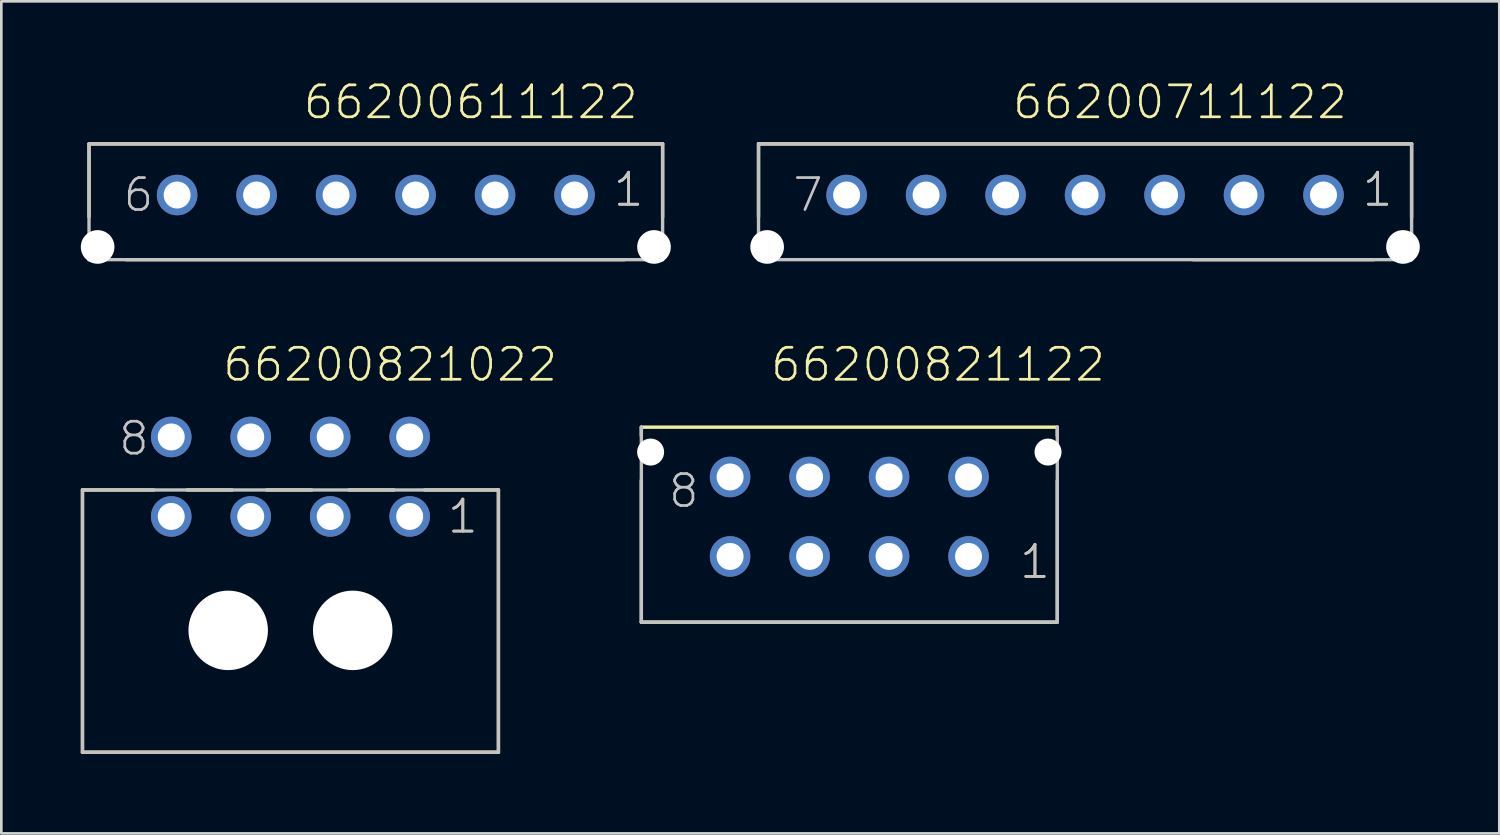
<source format=kicad_pcb>
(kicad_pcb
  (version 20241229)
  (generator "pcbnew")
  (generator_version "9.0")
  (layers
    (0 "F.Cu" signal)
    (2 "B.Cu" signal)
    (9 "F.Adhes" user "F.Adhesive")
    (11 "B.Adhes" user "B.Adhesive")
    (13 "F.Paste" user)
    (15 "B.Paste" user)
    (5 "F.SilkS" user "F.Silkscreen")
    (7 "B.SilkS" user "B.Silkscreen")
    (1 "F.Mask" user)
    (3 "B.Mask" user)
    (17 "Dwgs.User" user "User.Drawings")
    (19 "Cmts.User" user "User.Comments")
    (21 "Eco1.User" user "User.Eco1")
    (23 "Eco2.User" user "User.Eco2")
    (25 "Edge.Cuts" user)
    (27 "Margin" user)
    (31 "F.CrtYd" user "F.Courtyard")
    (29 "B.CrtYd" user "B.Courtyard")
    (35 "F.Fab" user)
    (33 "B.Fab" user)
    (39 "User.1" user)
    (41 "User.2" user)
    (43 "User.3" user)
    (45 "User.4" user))
  (footprint "66200711122"
    (layer "F.Cu")
    (at 37.905 4.311)
    (property "Reference" "66200711122" (at -2.8 -2.8 0) (layer "F.SilkS") (effects (font (size 1.206 1.206) (thickness 0.102)) (justify left bottom)))
    (attr through_hole)
    (fp_line (start -12.325 -1.93) (end 12.325 -1.93) (stroke (width 0.127) (type solid)) (layer "F.SilkS"))
    (fp_line (start -12.325 0.825) (end -12.325 -1.93) (stroke (width 0.127) (type solid)) (layer "F.SilkS"))
    (fp_line (start 4.08 2.44) (end 10.89 2.44) (stroke (width 0.127) (type solid)) (layer "F.SilkS"))
    (fp_line (start 12.325 -1.93) (end 12.325 0.845) (stroke (width 0.127) (type solid)) (layer "F.SilkS"))
    (fp_line (start -12.325 -1.93) (end 12.325 -1.93) (stroke (width 0.127) (type solid)) (layer "Dwgs.User"))
    (fp_line (start -12.325 2.44) (end -12.325 -1.93) (stroke (width 0.127) (type solid)) (layer "Dwgs.User"))
    (fp_line (start 12.325 -1.93) (end 12.325 2.44) (stroke (width 0.127) (type solid)) (layer "Dwgs.User"))
    (fp_line (start 12.325 2.44) (end -12.325 2.44) (stroke (width 0.127) (type solid)) (layer "Dwgs.User"))
    (fp_text user "1" (at 10.4 0.5 0) (layer "F.SilkS") (effects (font (size 1.206 1.206) (thickness 0.102)) (justify left bottom)))
    (fp_text user "7" (at -11.1 0.7 0) (layer "Dwgs.User") (effects (font (size 1.206 1.206) (thickness 0.102)) (justify left bottom)))
    (fp_text user "1" (at 10.4 0.5 0) (layer "Dwgs.User") (effects (font (size 1.206 1.206) (thickness 0.102)) (justify left bottom)))
    (pad "" np_thru_hole circle (at -12 1.96) (size 1.27 1.27) (drill 1.27) (layers "*.Cu"))
    (pad "" np_thru_hole circle (at 12 1.96) (size 1.27 1.27) (drill 1.27) (layers "*.Cu"))
    (pad "1" thru_hole circle (at 9 0) (size 1.53 1.53) (drill 1.02) (layers "*.Cu" "*.Mask"))
    (pad "2" thru_hole circle (at 6 0) (size 1.53 1.53) (drill 1.02) (layers "*.Cu" "*.Mask"))
    (pad "3" thru_hole circle (at 3 0) (size 1.53 1.53) (drill 1.02) (layers "*.Cu" "*.Mask"))
    (pad "4" thru_hole circle (at 0 0) (size 1.53 1.53) (drill 1.02) (layers "*.Cu" "*.Mask"))
    (pad "5" thru_hole circle (at -3 0) (size 1.53 1.53) (drill 1.02) (layers "*.Cu" "*.Mask"))
    (pad "6" thru_hole circle (at -6 0) (size 1.53 1.53) (drill 1.02) (layers "*.Cu" "*.Mask"))
    (pad "7" thru_hole circle (at -9 0) (size 1.53 1.53) (drill 1.02) (layers "*.Cu" "*.Mask")))
  (footprint "66200821022"
    (layer "F.Cu")
    (at 7.913 20.743)
    (property "Reference" "66200821022" (at -2.62 -9.325 0) (layer "F.SilkS") (effects (font (size 1.206 1.206) (thickness 0.102)) (justify left bottom)))
    (attr through_hole)
    (fp_line (start -7.85 4.6) (end -7.85 -5.3) (stroke (width 0.127) (type solid)) (layer "F.SilkS"))
    (fp_line (start -5.16 -5.3) (end -7.85 -5.3) (stroke (width 0.127) (type solid)) (layer "F.SilkS"))
    (fp_line (start -3.9 -5.3) (end -2.2 -5.3) (stroke (width 0.127) (type solid)) (layer "F.SilkS"))
    (fp_line (start -0.9 -5.3) (end 0.8 -5.3) (stroke (width 0.127) (type solid)) (layer "F.SilkS"))
    (fp_line (start 2.2 -5.3) (end 3.9 -5.3) (stroke (width 0.127) (type solid)) (layer "F.SilkS"))
    (fp_line (start 5.06 -5.3) (end 7.85 -5.3) (stroke (width 0.127) (type solid)) (layer "F.SilkS"))
    (fp_line (start 7.85 -5.3) (end 7.85 4.6) (stroke (width 0.127) (type solid)) (layer "F.SilkS"))
    (fp_line (start 7.85 4.6) (end -7.85 4.6) (stroke (width 0.127) (type solid)) (layer "F.SilkS"))
    (fp_line (start -7.85 -5.3) (end 7.85 -5.3) (stroke (width 0.127) (type solid)) (layer "Dwgs.User"))
    (fp_line (start -7.85 4.6) (end -7.85 -5.3) (stroke (width 0.127) (type solid)) (layer "Dwgs.User"))
    (fp_line (start 7.85 -5.3) (end 7.85 4.6) (stroke (width 0.127) (type solid)) (layer "Dwgs.User"))
    (fp_line (start 7.85 4.6) (end -7.85 4.6) (stroke (width 0.127) (type solid)) (layer "Dwgs.User"))
    (fp_text user "1" (at 5.865 -3.595 0) (layer "F.SilkS") (effects (font (size 1.206 1.206) (thickness 0.102)) (justify left bottom)))
    (fp_text user "8" (at -6.55 -6.535 0) (layer "Dwgs.User") (effects (font (size 1.206 1.206) (thickness 0.102)) (justify left bottom)))
    (fp_text user "1" (at 5.865 -3.595 0) (layer "Dwgs.User") (effects (font (size 1.206 1.206) (thickness 0.102)) (justify left bottom)))
    (pad "" np_thru_hole circle (at -2.35 0) (size 3 3) (drill 3) (layers "*.Cu"))
    (pad "" np_thru_hole circle (at 2.35 0) (size 3 3) (drill 3) (layers "*.Cu"))
    (pad "1" thru_hole circle (at 4.5 -4.3) (size 1.53 1.53) (drill 1.02) (layers "*.Cu" "*.Mask"))
    (pad "2" thru_hole circle (at 1.5 -4.3) (size 1.53 1.53) (drill 1.02) (layers "*.Cu" "*.Mask"))
    (pad "3" thru_hole circle (at -1.5 -4.3) (size 1.53 1.53) (drill 1.02) (layers "*.Cu" "*.Mask"))
    (pad "4" thru_hole circle (at -4.5 -4.3) (size 1.53 1.53) (drill 1.02) (layers "*.Cu" "*.Mask"))
    (pad "5" thru_hole circle (at 4.5 -7.3) (size 1.53 1.53) (drill 1.02) (layers "*.Cu" "*.Mask"))
    (pad "6" thru_hole circle (at 1.5 -7.3) (size 1.53 1.53) (drill 1.02) (layers "*.Cu" "*.Mask"))
    (pad "7" thru_hole circle (at -1.5 -7.3) (size 1.53 1.53) (drill 1.02) (layers "*.Cu" "*.Mask"))
    (pad "8" thru_hole circle (at -4.5 -7.3) (size 1.53 1.53) (drill 1.02) (layers "*.Cu" "*.Mask")))
  (footprint "66200821122"
    (layer "F.Cu")
    (at 29.007 16.453)
    (property "Reference" "66200821122" (at -3.035 -5.035 0) (layer "F.SilkS") (effects (font (size 1.206 1.206) (thickness 0.102)) (justify left bottom)))
    (attr through_hole)
    (fp_line (start -7.85 -3.05) (end -7.85 -3.38) (stroke (width 0.127) (type solid)) (layer "F.SilkS"))
    (fp_line (start -7.85 -1.37) (end -7.85 3.98) (stroke (width 0.127) (type solid)) (layer "F.SilkS"))
    (fp_line (start -7.85 3.98) (end 7.85 3.98) (stroke (width 0.127) (type solid)) (layer "F.SilkS"))
    (fp_line (start 7.85 -3.38) (end -7.85 -3.38) (stroke (width 0.127) (type solid)) (layer "F.SilkS"))
    (fp_line (start 7.85 -3.05) (end 7.85 -3.38) (stroke (width 0.127) (type solid)) (layer "F.SilkS"))
    (fp_line (start 7.85 -1.36) (end 7.85 3.94) (stroke (width 0.127) (type solid)) (layer "F.SilkS"))
    (fp_line (start -7.85 -3.38) (end -7.85 3.98) (stroke (width 0.127) (type solid)) (layer "Dwgs.User"))
    (fp_line (start -7.85 3.98) (end 7.85 3.98) (stroke (width 0.127) (type solid)) (layer "Dwgs.User"))
    (fp_line (start 7.85 3.98) (end 7.85 -3.38) (stroke (width 0.127) (type solid)) (layer "Dwgs.User"))
    (fp_text user "1" (at 6.365 2.405 0) (layer "F.SilkS") (effects (font (size 1.206 1.206) (thickness 0.102)) (justify left bottom)))
    (fp_text user "8" (at -6.89 -0.27 0) (layer "Dwgs.User") (effects (font (size 1.206 1.206) (thickness 0.102)) (justify left bottom)))
    (fp_text user "1" (at 6.365 2.405 0) (layer "Dwgs.User") (effects (font (size 1.206 1.206) (thickness 0.102)) (justify left bottom)))
    (pad "" np_thru_hole circle (at -7.5 -2.44) (size 1.02 1.02) (drill 1.02) (layers "*.Cu"))
    (pad "" np_thru_hole circle (at 7.5 -2.44) (size 1.02 1.02) (drill 1.02) (layers "*.Cu"))
    (pad "1" thru_hole circle (at 4.5 1.5) (size 1.53 1.53) (drill 1.02) (layers "*.Cu" "*.Mask"))
    (pad "2" thru_hole circle (at 1.5 1.5) (size 1.53 1.53) (drill 1.02) (layers "*.Cu" "*.Mask"))
    (pad "3" thru_hole circle (at -1.5 1.5) (size 1.53 1.53) (drill 1.02) (layers "*.Cu" "*.Mask"))
    (pad "4" thru_hole circle (at -4.5 1.5) (size 1.53 1.53) (drill 1.02) (layers "*.Cu" "*.Mask"))
    (pad "5" thru_hole circle (at 4.5 -1.5) (size 1.53 1.53) (drill 1.02) (layers "*.Cu" "*.Mask"))
    (pad "6" thru_hole circle (at 1.5 -1.5) (size 1.53 1.53) (drill 1.02) (layers "*.Cu" "*.Mask"))
    (pad "7" thru_hole circle (at -1.5 -1.5) (size 1.53 1.53) (drill 1.02) (layers "*.Cu" "*.Mask"))
    (pad "8" thru_hole circle (at -4.5 -1.5) (size 1.53 1.53) (drill 1.02) (layers "*.Cu" "*.Mask")))
  (footprint "66200611122"
    (layer "F.Cu")
    (at 11.135 4.311)
    (property "Reference" "66200611122" (at -2.8 -2.8 0) (layer "F.SilkS") (effects (font (size 1.206 1.206) (thickness 0.102)) (justify left bottom)))
    (attr through_hole)
    (fp_line (start -10.825 -1.93) (end 10.825 -1.93) (stroke (width 0.127) (type solid)) (layer "F.SilkS"))
    (fp_line (start -10.825 0.825) (end -10.825 -1.93) (stroke (width 0.127) (type solid)) (layer "F.SilkS"))
    (fp_line (start -9.42 2.44) (end 9.39 2.44) (stroke (width 0.127) (type solid)) (layer "F.SilkS"))
    (fp_line (start 10.825 -1.93) (end 10.825 0.845) (stroke (width 0.127) (type solid)) (layer "F.SilkS"))
    (fp_line (start -10.825 -1.93) (end 10.825 -1.93) (stroke (width 0.127) (type solid)) (layer "Dwgs.User"))
    (fp_line (start -10.825 2.44) (end -10.825 -1.93) (stroke (width 0.127) (type solid)) (layer "Dwgs.User"))
    (fp_line (start 10.825 -1.93) (end 10.825 2.44) (stroke (width 0.127) (type solid)) (layer "Dwgs.User"))
    (fp_line (start 10.825 2.44) (end -10.825 2.44) (stroke (width 0.127) (type solid)) (layer "Dwgs.User"))
    (fp_text user "1" (at 8.9 0.5 0) (layer "F.SilkS") (effects (font (size 1.206 1.206) (thickness 0.102)) (justify left bottom)))
    (fp_text user "1" (at 8.9 0.5 0) (layer "Dwgs.User") (effects (font (size 1.206 1.206) (thickness 0.102)) (justify left bottom)))
    (fp_text user "6" (at -9.6 0.7 0) (layer "Dwgs.User") (effects (font (size 1.206 1.206) (thickness 0.102)) (justify left bottom)))
    (pad "" np_thru_hole circle (at -10.5 1.96) (size 1.27 1.27) (drill 1.27) (layers "*.Cu"))
    (pad "" np_thru_hole circle (at 10.5 1.96) (size 1.27 1.27) (drill 1.27) (layers "*.Cu"))
    (pad "1" thru_hole circle (at 7.5 0) (size 1.53 1.53) (drill 1.02) (layers "*.Cu" "*.Mask"))
    (pad "2" thru_hole circle (at 4.5 0) (size 1.53 1.53) (drill 1.02) (layers "*.Cu" "*.Mask"))
    (pad "3" thru_hole circle (at 1.5 0) (size 1.53 1.53) (drill 1.02) (layers "*.Cu" "*.Mask"))
    (pad "4" thru_hole circle (at -1.5 0) (size 1.53 1.53) (drill 1.02) (layers "*.Cu" "*.Mask"))
    (pad "5" thru_hole circle (at -4.5 0) (size 1.53 1.53) (drill 1.02) (layers "*.Cu" "*.Mask"))
    (pad "6" thru_hole circle (at -7.5 0) (size 1.53 1.53) (drill 1.02) (layers "*.Cu" "*.Mask")))
  (gr_rect
    (start -3 -3)
    (end 53.54 28.406)
    (stroke (width 0.1) (type default))
    (fill no)
    (layer "Edge.Cuts")))
</source>
